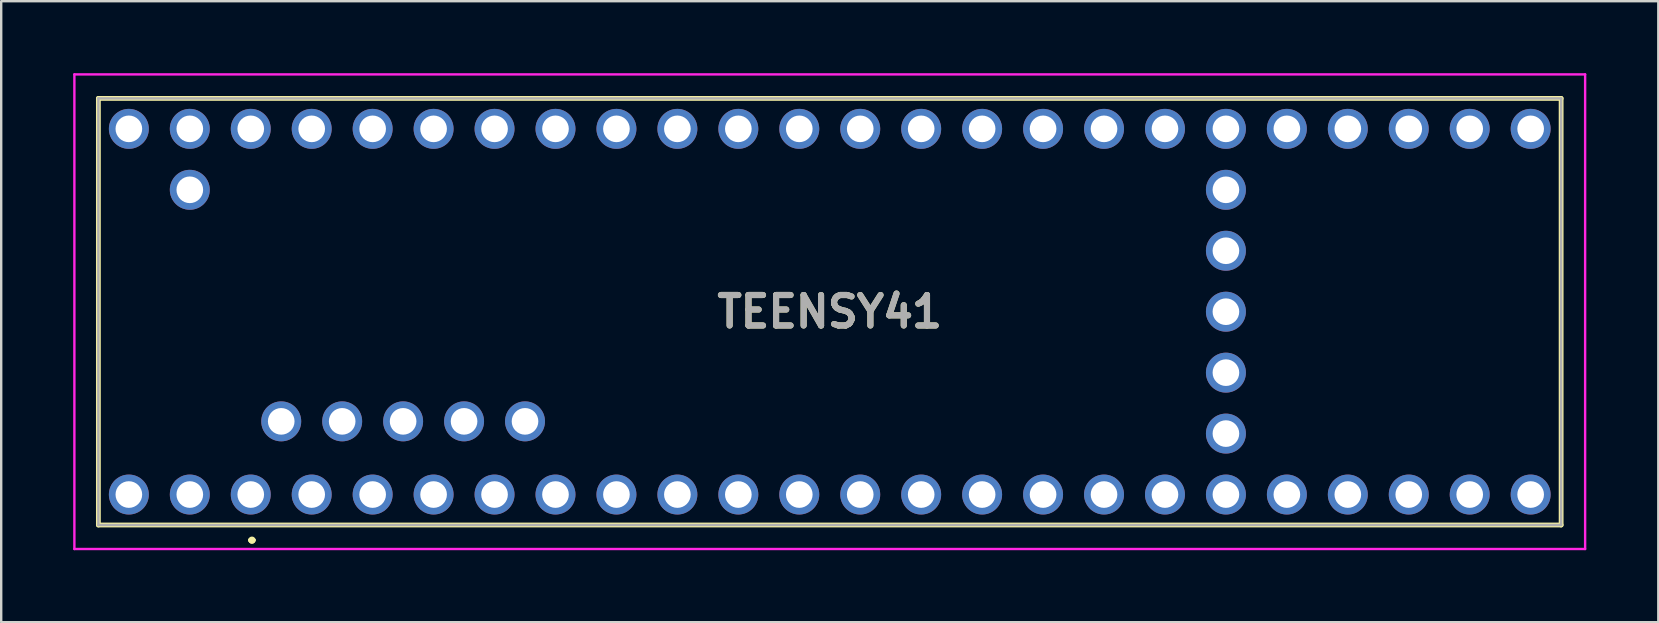
<source format=kicad_pcb>
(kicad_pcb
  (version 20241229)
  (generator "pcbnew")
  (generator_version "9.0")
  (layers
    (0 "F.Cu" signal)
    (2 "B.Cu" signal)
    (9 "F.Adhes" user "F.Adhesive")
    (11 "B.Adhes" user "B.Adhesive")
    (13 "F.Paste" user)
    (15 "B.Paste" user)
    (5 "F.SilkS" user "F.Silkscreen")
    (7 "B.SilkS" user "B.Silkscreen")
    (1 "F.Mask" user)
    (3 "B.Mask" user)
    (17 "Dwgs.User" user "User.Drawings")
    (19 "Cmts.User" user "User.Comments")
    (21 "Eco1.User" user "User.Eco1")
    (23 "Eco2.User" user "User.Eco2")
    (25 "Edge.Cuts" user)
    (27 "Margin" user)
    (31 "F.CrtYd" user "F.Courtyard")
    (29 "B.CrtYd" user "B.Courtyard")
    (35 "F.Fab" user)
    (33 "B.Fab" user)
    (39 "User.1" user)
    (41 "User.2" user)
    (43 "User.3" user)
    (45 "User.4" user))
  (footprint "TEENSY41"
    (layer "F.Cu")
    (at 7.4 17.56)
    (property "Reference" "TEENSY41" (at 24.13 -7.62 0) (layer "F.SilkS") (effects (font (size 1.27 1.27) (thickness 0.254))))
    (attr through_hole)
    (fp_line (start -6.35 -16.51) (end -6.35 1.27) (stroke (width 0.2) (type solid)) (layer "F.SilkS"))
    (fp_line (start -6.35 1.27) (end 54.61 1.27) (stroke (width 0.2) (type solid)) (layer "F.SilkS"))
    (fp_line (start 0 1.9) (end 0 1.9) (stroke (width 0.2) (type solid)) (layer "F.SilkS"))
    (fp_line (start 0 1.9) (end 0 1.9) (stroke (width 0.2) (type solid)) (layer "F.SilkS"))
    (fp_line (start 0.1 1.9) (end 0.1 1.9) (stroke (width 0.2) (type solid)) (layer "F.SilkS"))
    (fp_line (start 54.61 -16.51) (end -6.35 -16.51) (stroke (width 0.2) (type solid)) (layer "F.SilkS"))
    (fp_line (start 54.61 1.27) (end 54.61 -16.51) (stroke (width 0.2) (type solid)) (layer "F.SilkS"))
    (fp_arc (start 0 1.9) (mid 0.05 1.85) (end 0.1 1.9) (stroke (width 0.2) (type solid)) (layer "F.SilkS"))
    (fp_arc (start 0.1 1.9) (mid 0.05 1.95) (end 0 1.9) (stroke (width 0.2) (type solid)) (layer "F.SilkS"))
    (fp_arc (start 0.1 1.9) (mid 0.05 1.95) (end 0 1.9) (stroke (width 0.2) (type solid)) (layer "F.SilkS"))
    (fp_line (start -7.35 -17.51) (end 55.61 -17.51) (stroke (width 0.1) (type solid)) (layer "F.CrtYd"))
    (fp_line (start -7.35 2.27) (end -7.35 -17.51) (stroke (width 0.1) (type solid)) (layer "F.CrtYd"))
    (fp_line (start 55.61 -17.51) (end 55.61 2.27) (stroke (width 0.1) (type solid)) (layer "F.CrtYd"))
    (fp_line (start 55.61 2.27) (end -7.35 2.27) (stroke (width 0.1) (type solid)) (layer "F.CrtYd"))
    (fp_line (start -6.35 -16.51) (end -6.35 1.27) (stroke (width 0.1) (type solid)) (layer "F.Fab"))
    (fp_line (start -6.35 1.27) (end 54.61 1.27) (stroke (width 0.1) (type solid)) (layer "F.Fab"))
    (fp_line (start 54.61 -16.51) (end -6.35 -16.51) (stroke (width 0.1) (type solid)) (layer "F.Fab"))
    (fp_line (start 54.61 1.27) (end 54.61 -16.51) (stroke (width 0.1) (type solid)) (layer "F.Fab"))
    (fp_text user "${REFERENCE}" (at 24.13 -7.62 0) (layer "F.Fab") (effects (font (size 1.27 1.27) (thickness 0.254))))
    (pad "1" thru_hole circle (at 0 0) (size 1.665 1.665) (drill 1.11) (layers "*.Cu" "*.Mask"))
    (pad "2" thru_hole circle (at 2.54 0) (size 1.665 1.665) (drill 1.11) (layers "*.Cu" "*.Mask"))
    (pad "3" thru_hole circle (at 5.08 0) (size 1.665 1.665) (drill 1.11) (layers "*.Cu" "*.Mask"))
    (pad "4" thru_hole circle (at 7.62 0) (size 1.665 1.665) (drill 1.11) (layers "*.Cu" "*.Mask"))
    (pad "5" thru_hole circle (at 10.16 0) (size 1.665 1.665) (drill 1.11) (layers "*.Cu" "*.Mask"))
    (pad "6" thru_hole circle (at 12.7 0) (size 1.665 1.665) (drill 1.11) (layers "*.Cu" "*.Mask"))
    (pad "7" thru_hole circle (at 15.24 0) (size 1.665 1.665) (drill 1.11) (layers "*.Cu" "*.Mask"))
    (pad "8" thru_hole circle (at 17.78 0) (size 1.665 1.665) (drill 1.11) (layers "*.Cu" "*.Mask"))
    (pad "9" thru_hole circle (at 20.32 0) (size 1.665 1.665) (drill 1.11) (layers "*.Cu" "*.Mask"))
    (pad "10" thru_hole circle (at 22.86 0) (size 1.665 1.665) (drill 1.11) (layers "*.Cu" "*.Mask"))
    (pad "11" thru_hole circle (at 25.4 0) (size 1.665 1.665) (drill 1.11) (layers "*.Cu" "*.Mask"))
    (pad "12" thru_hole circle (at 27.94 0) (size 1.665 1.665) (drill 1.11) (layers "*.Cu" "*.Mask"))
    (pad "13" thru_hole circle (at 27.94 -15.24) (size 1.665 1.665) (drill 1.11) (layers "*.Cu" "*.Mask"))
    (pad "14" thru_hole circle (at 25.4 -15.24) (size 1.665 1.665) (drill 1.11) (layers "*.Cu" "*.Mask"))
    (pad "15" thru_hole circle (at 22.86 -15.24) (size 1.665 1.665) (drill 1.11) (layers "*.Cu" "*.Mask"))
    (pad "16" thru_hole circle (at 20.32 -15.24) (size 1.665 1.665) (drill 1.11) (layers "*.Cu" "*.Mask"))
    (pad "17" thru_hole circle (at 17.78 -15.24) (size 1.665 1.665) (drill 1.11) (layers "*.Cu" "*.Mask"))
    (pad "18" thru_hole circle (at 15.24 -15.24) (size 1.665 1.665) (drill 1.11) (layers "*.Cu" "*.Mask"))
    (pad "19" thru_hole circle (at 12.7 -15.24) (size 1.665 1.665) (drill 1.11) (layers "*.Cu" "*.Mask"))
    (pad "20" thru_hole circle (at 10.16 -15.24) (size 1.665 1.665) (drill 1.11) (layers "*.Cu" "*.Mask"))
    (pad "21" thru_hole circle (at 7.62 -15.24) (size 1.665 1.665) (drill 1.11) (layers "*.Cu" "*.Mask"))
    (pad "22" thru_hole circle (at 5.08 -15.24) (size 1.665 1.665) (drill 1.11) (layers "*.Cu" "*.Mask"))
    (pad "23" thru_hole circle (at 2.54 -15.24) (size 1.665 1.665) (drill 1.11) (layers "*.Cu" "*.Mask"))
    (pad "24" thru_hole circle (at 33.02 0) (size 1.665 1.665) (drill 1.11) (layers "*.Cu" "*.Mask"))
    (pad "25" thru_hole circle (at 35.56 0) (size 1.665 1.665) (drill 1.11) (layers "*.Cu" "*.Mask"))
    (pad "26" thru_hole circle (at 38.1 0) (size 1.665 1.665) (drill 1.11) (layers "*.Cu" "*.Mask"))
    (pad "27" thru_hole circle (at 40.64 0) (size 1.665 1.665) (drill 1.11) (layers "*.Cu" "*.Mask"))
    (pad "28" thru_hole circle (at 43.18 0) (size 1.665 1.665) (drill 1.11) (layers "*.Cu" "*.Mask"))
    (pad "29" thru_hole circle (at 45.72 0) (size 1.665 1.665) (drill 1.11) (layers "*.Cu" "*.Mask"))
    (pad "30" thru_hole circle (at 48.26 0) (size 1.665 1.665) (drill 1.11) (layers "*.Cu" "*.Mask"))
    (pad "31" thru_hole circle (at 50.8 0) (size 1.665 1.665) (drill 1.11) (layers "*.Cu" "*.Mask"))
    (pad "32" thru_hole circle (at 53.34 0) (size 1.665 1.665) (drill 1.11) (layers "*.Cu" "*.Mask"))
    (pad "33" thru_hole circle (at 53.34 -15.24) (size 1.665 1.665) (drill 1.11) (layers "*.Cu" "*.Mask"))
    (pad "34" thru_hole circle (at 50.8 -15.24) (size 1.665 1.665) (drill 1.11) (layers "*.Cu" "*.Mask"))
    (pad "35" thru_hole circle (at 48.26 -15.24) (size 1.665 1.665) (drill 1.11) (layers "*.Cu" "*.Mask"))
    (pad "36" thru_hole circle (at 45.72 -15.24) (size 1.665 1.665) (drill 1.11) (layers "*.Cu" "*.Mask"))
    (pad "37" thru_hole circle (at 43.18 -15.24) (size 1.665 1.665) (drill 1.11) (layers "*.Cu" "*.Mask"))
    (pad "38" thru_hole circle (at 40.64 -15.24) (size 1.665 1.665) (drill 1.11) (layers "*.Cu" "*.Mask"))
    (pad "39" thru_hole circle (at 38.1 -15.24) (size 1.665 1.665) (drill 1.11) (layers "*.Cu" "*.Mask"))
    (pad "40" thru_hole circle (at 35.56 -15.24) (size 1.665 1.665) (drill 1.11) (layers "*.Cu" "*.Mask"))
    (pad "41" thru_hole circle (at 33.02 -15.24) (size 1.665 1.665) (drill 1.11) (layers "*.Cu" "*.Mask"))
    (pad "42" thru_hole circle (at 30.48 0) (size 1.665 1.665) (drill 1.11) (layers "*.Cu" "*.Mask"))
    (pad "43" thru_hole circle (at 40.64 -2.54) (size 1.665 1.665) (drill 1.11) (layers "*.Cu" "*.Mask"))
    (pad "44" thru_hole circle (at 40.64 -5.08) (size 1.665 1.665) (drill 1.11) (layers "*.Cu" "*.Mask"))
    (pad "45" thru_hole circle (at 40.64 -7.62) (size 1.665 1.665) (drill 1.11) (layers "*.Cu" "*.Mask"))
    (pad "46" thru_hole circle (at 40.64 -10.16) (size 1.665 1.665) (drill 1.11) (layers "*.Cu" "*.Mask"))
    (pad "47" thru_hole circle (at 40.64 -12.7) (size 1.665 1.665) (drill 1.11) (layers "*.Cu" "*.Mask"))
    (pad "48" thru_hole circle (at 11.43 -3.05) (size 1.665 1.665) (drill 1.11) (layers "*.Cu" "*.Mask"))
    (pad "49" thru_hole circle (at 8.89 -3.05) (size 1.665 1.665) (drill 1.11) (layers "*.Cu" "*.Mask"))
    (pad "50" thru_hole circle (at 6.35 -3.05) (size 1.665 1.665) (drill 1.11) (layers "*.Cu" "*.Mask"))
    (pad "51" thru_hole circle (at 3.81 -3.05) (size 1.665 1.665) (drill 1.11) (layers "*.Cu" "*.Mask"))
    (pad "52" thru_hole circle (at 1.27 -3.05) (size 1.665 1.665) (drill 1.11) (layers "*.Cu" "*.Mask"))
    (pad "53" thru_hole circle (at 0 -15.24) (size 1.665 1.665) (drill 1.11) (layers "*.Cu" "*.Mask"))
    (pad "55" thru_hole circle (at -5.08 -15.24) (size 1.665 1.665) (drill 1.11) (layers "*.Cu" "*.Mask"))
    (pad "57" thru_hole circle (at -2.54 0) (size 1.665 1.665) (drill 1.11) (layers "*.Cu" "*.Mask"))
    (pad "68" thru_hole circle (at -2.54 -12.7) (size 1.665 1.665) (drill 1.11) (layers "*.Cu" "*.Mask"))
    (pad "G1" thru_hole circle (at 30.48 -15.24) (size 1.665 1.665) (drill 1.11) (layers "*.Cu" "*.Mask"))
    (pad "G2" thru_hole circle (at -2.54 -15.24) (size 1.665 1.665) (drill 1.11) (layers "*.Cu" "*.Mask"))
    (pad "G3" thru_hole circle (at -5.08 0) (size 1.665 1.665) (drill 1.11) (layers "*.Cu" "*.Mask")))
  (gr_rect
    (start -3 -3)
    (end 66.06 22.88)
    (stroke (width 0.1) (type default))
    (fill no)
    (layer "Edge.Cuts")))
</source>
